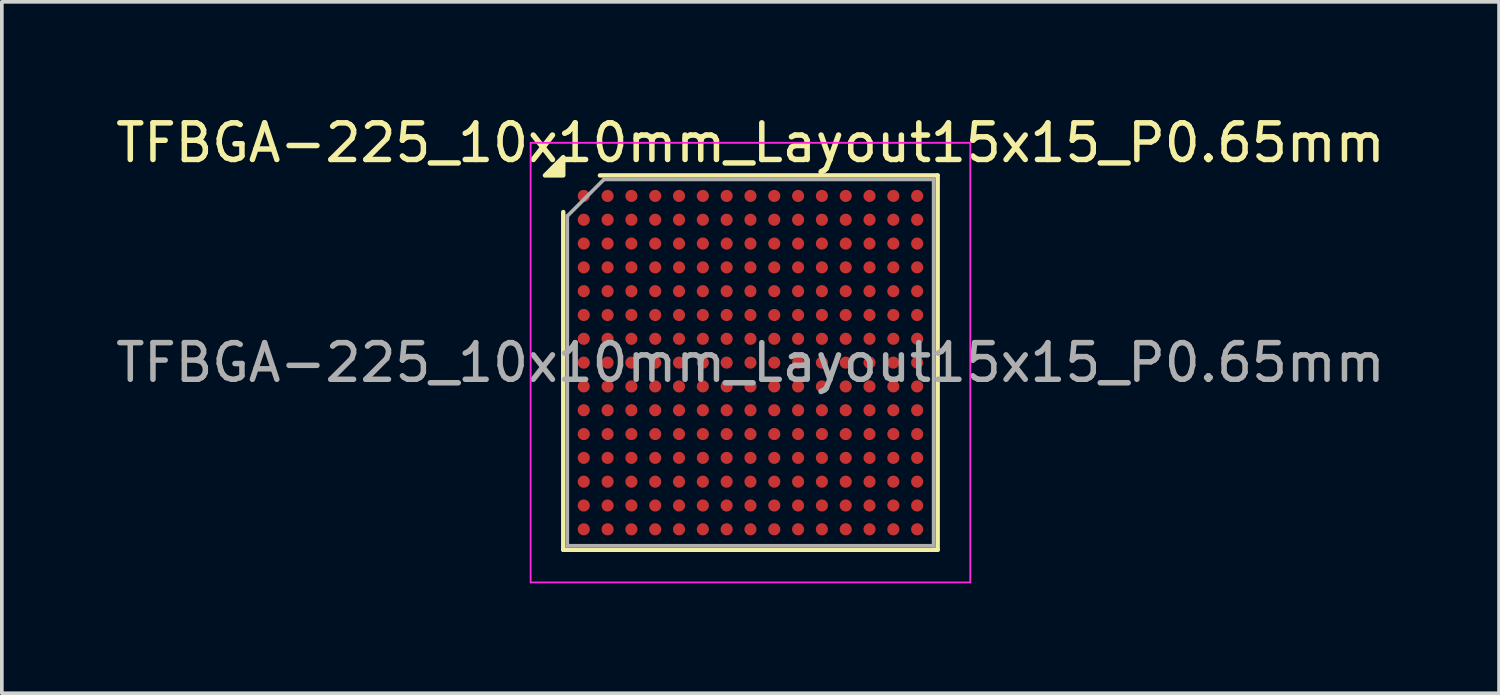
<source format=kicad_pcb>
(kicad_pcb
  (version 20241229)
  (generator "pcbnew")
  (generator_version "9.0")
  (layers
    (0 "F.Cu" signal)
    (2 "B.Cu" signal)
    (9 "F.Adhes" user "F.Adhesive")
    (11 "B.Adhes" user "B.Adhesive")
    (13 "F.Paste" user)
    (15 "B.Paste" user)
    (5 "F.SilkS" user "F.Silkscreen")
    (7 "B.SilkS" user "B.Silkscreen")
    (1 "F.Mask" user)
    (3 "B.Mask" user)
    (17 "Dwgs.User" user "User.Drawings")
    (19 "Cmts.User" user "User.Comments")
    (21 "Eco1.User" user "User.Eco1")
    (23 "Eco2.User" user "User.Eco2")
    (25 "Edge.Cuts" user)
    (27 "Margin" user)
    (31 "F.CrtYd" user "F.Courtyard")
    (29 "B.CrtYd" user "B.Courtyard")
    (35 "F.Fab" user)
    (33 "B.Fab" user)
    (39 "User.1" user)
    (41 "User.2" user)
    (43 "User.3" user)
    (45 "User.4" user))
  (footprint "TFBGA-225_10x10mm_Layout15x15_P0.65mm"
    (layer "F.Cu")
    (at 17.435 6.848)
    (property "Reference" "TFBGA-225_10x10mm_Layout15x15_P0.65mm" (at 0 -6 0) (layer "F.SilkS") (effects (font (size 1 1) (thickness 0.15))))
    (attr smd)
    (fp_line (start -5.11 5.11) (end -5.11 -4.11) (stroke (width 0.12) (type solid)) (layer "F.SilkS"))
    (fp_line (start -4.11 -5.11) (end 5.11 -5.11) (stroke (width 0.12) (type solid)) (layer "F.SilkS"))
    (fp_line (start 5.11 -5.11) (end 5.11 5.11) (stroke (width 0.12) (type solid)) (layer "F.SilkS"))
    (fp_line (start 5.11 5.11) (end -5.11 5.11) (stroke (width 0.12) (type solid)) (layer "F.SilkS"))
    (fp_poly (pts (xy -5.11 -5.11) (xy -5.61 -5.11) (xy -5.11 -5.61) (xy -5.11 -5.11)) (stroke (width 0.12) (type solid)) (fill yes) (layer "F.SilkS"))
    (fp_line (start -6 -6) (end -6 6) (stroke (width 0.05) (type solid)) (layer "F.CrtYd"))
    (fp_line (start -6 6) (end 6 6) (stroke (width 0.05) (type solid)) (layer "F.CrtYd"))
    (fp_line (start 6 -6) (end -6 -6) (stroke (width 0.05) (type solid)) (layer "F.CrtYd"))
    (fp_line (start 6 6) (end 6 -6) (stroke (width 0.05) (type solid)) (layer "F.CrtYd"))
    (fp_line (start -5 -4) (end -4 -5) (stroke (width 0.1) (type solid)) (layer "F.Fab"))
    (fp_line (start -5 5) (end -5 -4) (stroke (width 0.1) (type solid)) (layer "F.Fab"))
    (fp_line (start -4 -5) (end 5 -5) (stroke (width 0.1) (type solid)) (layer "F.Fab"))
    (fp_line (start 5 -5) (end 5 5) (stroke (width 0.1) (type solid)) (layer "F.Fab"))
    (fp_line (start 5 5) (end -5 5) (stroke (width 0.1) (type solid)) (layer "F.Fab"))
    (fp_text user "${REFERENCE}" (at 0 0 0) (layer "F.Fab") (effects (font (size 1 1) (thickness 0.15))))
    (pad "A1" smd circle (at -4.55 -4.55) (size 0.33 0.33) (property pad_prop_bga) (layers "F.Cu" "F.Mask" "F.Paste"))
    (pad "A2" smd circle (at -3.9 -4.55) (size 0.33 0.33) (property pad_prop_bga) (layers "F.Cu" "F.Mask" "F.Paste"))
    (pad "A3" smd circle (at -3.25 -4.55) (size 0.33 0.33) (property pad_prop_bga) (layers "F.Cu" "F.Mask" "F.Paste"))
    (pad "A4" smd circle (at -2.6 -4.55) (size 0.33 0.33) (property pad_prop_bga) (layers "F.Cu" "F.Mask" "F.Paste"))
    (pad "A5" smd circle (at -1.95 -4.55) (size 0.33 0.33) (property pad_prop_bga) (layers "F.Cu" "F.Mask" "F.Paste"))
    (pad "A6" smd circle (at -1.3 -4.55) (size 0.33 0.33) (property pad_prop_bga) (layers "F.Cu" "F.Mask" "F.Paste"))
    (pad "A7" smd circle (at -0.65 -4.55) (size 0.33 0.33) (property pad_prop_bga) (layers "F.Cu" "F.Mask" "F.Paste"))
    (pad "A8" smd circle (at 0 -4.55) (size 0.33 0.33) (property pad_prop_bga) (layers "F.Cu" "F.Mask" "F.Paste"))
    (pad "A9" smd circle (at 0.65 -4.55) (size 0.33 0.33) (property pad_prop_bga) (layers "F.Cu" "F.Mask" "F.Paste"))
    (pad "A10" smd circle (at 1.3 -4.55) (size 0.33 0.33) (property pad_prop_bga) (layers "F.Cu" "F.Mask" "F.Paste"))
    (pad "A11" smd circle (at 1.95 -4.55) (size 0.33 0.33) (property pad_prop_bga) (layers "F.Cu" "F.Mask" "F.Paste"))
    (pad "A12" smd circle (at 2.6 -4.55) (size 0.33 0.33) (property pad_prop_bga) (layers "F.Cu" "F.Mask" "F.Paste"))
    (pad "A13" smd circle (at 3.25 -4.55) (size 0.33 0.33) (property pad_prop_bga) (layers "F.Cu" "F.Mask" "F.Paste"))
    (pad "A14" smd circle (at 3.9 -4.55) (size 0.33 0.33) (property pad_prop_bga) (layers "F.Cu" "F.Mask" "F.Paste"))
    (pad "A15" smd circle (at 4.55 -4.55) (size 0.33 0.33) (property pad_prop_bga) (layers "F.Cu" "F.Mask" "F.Paste"))
    (pad "B1" smd circle (at -4.55 -3.9) (size 0.33 0.33) (property pad_prop_bga) (layers "F.Cu" "F.Mask" "F.Paste"))
    (pad "B2" smd circle (at -3.9 -3.9) (size 0.33 0.33) (property pad_prop_bga) (layers "F.Cu" "F.Mask" "F.Paste"))
    (pad "B3" smd circle (at -3.25 -3.9) (size 0.33 0.33) (property pad_prop_bga) (layers "F.Cu" "F.Mask" "F.Paste"))
    (pad "B4" smd circle (at -2.6 -3.9) (size 0.33 0.33) (property pad_prop_bga) (layers "F.Cu" "F.Mask" "F.Paste"))
    (pad "B5" smd circle (at -1.95 -3.9) (size 0.33 0.33) (property pad_prop_bga) (layers "F.Cu" "F.Mask" "F.Paste"))
    (pad "B6" smd circle (at -1.3 -3.9) (size 0.33 0.33) (property pad_prop_bga) (layers "F.Cu" "F.Mask" "F.Paste"))
    (pad "B7" smd circle (at -0.65 -3.9) (size 0.33 0.33) (property pad_prop_bga) (layers "F.Cu" "F.Mask" "F.Paste"))
    (pad "B8" smd circle (at 0 -3.9) (size 0.33 0.33) (property pad_prop_bga) (layers "F.Cu" "F.Mask" "F.Paste"))
    (pad "B9" smd circle (at 0.65 -3.9) (size 0.33 0.33) (property pad_prop_bga) (layers "F.Cu" "F.Mask" "F.Paste"))
    (pad "B10" smd circle (at 1.3 -3.9) (size 0.33 0.33) (property pad_prop_bga) (layers "F.Cu" "F.Mask" "F.Paste"))
    (pad "B11" smd circle (at 1.95 -3.9) (size 0.33 0.33) (property pad_prop_bga) (layers "F.Cu" "F.Mask" "F.Paste"))
    (pad "B12" smd circle (at 2.6 -3.9) (size 0.33 0.33) (property pad_prop_bga) (layers "F.Cu" "F.Mask" "F.Paste"))
    (pad "B13" smd circle (at 3.25 -3.9) (size 0.33 0.33) (property pad_prop_bga) (layers "F.Cu" "F.Mask" "F.Paste"))
    (pad "B14" smd circle (at 3.9 -3.9) (size 0.33 0.33) (property pad_prop_bga) (layers "F.Cu" "F.Mask" "F.Paste"))
    (pad "B15" smd circle (at 4.55 -3.9) (size 0.33 0.33) (property pad_prop_bga) (layers "F.Cu" "F.Mask" "F.Paste"))
    (pad "C1" smd circle (at -4.55 -3.25) (size 0.33 0.33) (property pad_prop_bga) (layers "F.Cu" "F.Mask" "F.Paste"))
    (pad "C2" smd circle (at -3.9 -3.25) (size 0.33 0.33) (property pad_prop_bga) (layers "F.Cu" "F.Mask" "F.Paste"))
    (pad "C3" smd circle (at -3.25 -3.25) (size 0.33 0.33) (property pad_prop_bga) (layers "F.Cu" "F.Mask" "F.Paste"))
    (pad "C4" smd circle (at -2.6 -3.25) (size 0.33 0.33) (property pad_prop_bga) (layers "F.Cu" "F.Mask" "F.Paste"))
    (pad "C5" smd circle (at -1.95 -3.25) (size 0.33 0.33) (property pad_prop_bga) (layers "F.Cu" "F.Mask" "F.Paste"))
    (pad "C6" smd circle (at -1.3 -3.25) (size 0.33 0.33) (property pad_prop_bga) (layers "F.Cu" "F.Mask" "F.Paste"))
    (pad "C7" smd circle (at -0.65 -3.25) (size 0.33 0.33) (property pad_prop_bga) (layers "F.Cu" "F.Mask" "F.Paste"))
    (pad "C8" smd circle (at 0 -3.25) (size 0.33 0.33) (property pad_prop_bga) (layers "F.Cu" "F.Mask" "F.Paste"))
    (pad "C9" smd circle (at 0.65 -3.25) (size 0.33 0.33) (property pad_prop_bga) (layers "F.Cu" "F.Mask" "F.Paste"))
    (pad "C10" smd circle (at 1.3 -3.25) (size 0.33 0.33) (property pad_prop_bga) (layers "F.Cu" "F.Mask" "F.Paste"))
    (pad "C11" smd circle (at 1.95 -3.25) (size 0.33 0.33) (property pad_prop_bga) (layers "F.Cu" "F.Mask" "F.Paste"))
    (pad "C12" smd circle (at 2.6 -3.25) (size 0.33 0.33) (property pad_prop_bga) (layers "F.Cu" "F.Mask" "F.Paste"))
    (pad "C13" smd circle (at 3.25 -3.25) (size 0.33 0.33) (property pad_prop_bga) (layers "F.Cu" "F.Mask" "F.Paste"))
    (pad "C14" smd circle (at 3.9 -3.25) (size 0.33 0.33) (property pad_prop_bga) (layers "F.Cu" "F.Mask" "F.Paste"))
    (pad "C15" smd circle (at 4.55 -3.25) (size 0.33 0.33) (property pad_prop_bga) (layers "F.Cu" "F.Mask" "F.Paste"))
    (pad "D1" smd circle (at -4.55 -2.6) (size 0.33 0.33) (property pad_prop_bga) (layers "F.Cu" "F.Mask" "F.Paste"))
    (pad "D2" smd circle (at -3.9 -2.6) (size 0.33 0.33) (property pad_prop_bga) (layers "F.Cu" "F.Mask" "F.Paste"))
    (pad "D3" smd circle (at -3.25 -2.6) (size 0.33 0.33) (property pad_prop_bga) (layers "F.Cu" "F.Mask" "F.Paste"))
    (pad "D4" smd circle (at -2.6 -2.6) (size 0.33 0.33) (property pad_prop_bga) (layers "F.Cu" "F.Mask" "F.Paste"))
    (pad "D5" smd circle (at -1.95 -2.6) (size 0.33 0.33) (property pad_prop_bga) (layers "F.Cu" "F.Mask" "F.Paste"))
    (pad "D6" smd circle (at -1.3 -2.6) (size 0.33 0.33) (property pad_prop_bga) (layers "F.Cu" "F.Mask" "F.Paste"))
    (pad "D7" smd circle (at -0.65 -2.6) (size 0.33 0.33) (property pad_prop_bga) (layers "F.Cu" "F.Mask" "F.Paste"))
    (pad "D8" smd circle (at 0 -2.6) (size 0.33 0.33) (property pad_prop_bga) (layers "F.Cu" "F.Mask" "F.Paste"))
    (pad "D9" smd circle (at 0.65 -2.6) (size 0.33 0.33) (property pad_prop_bga) (layers "F.Cu" "F.Mask" "F.Paste"))
    (pad "D10" smd circle (at 1.3 -2.6) (size 0.33 0.33) (property pad_prop_bga) (layers "F.Cu" "F.Mask" "F.Paste"))
    (pad "D11" smd circle (at 1.95 -2.6) (size 0.33 0.33) (property pad_prop_bga) (layers "F.Cu" "F.Mask" "F.Paste"))
    (pad "D12" smd circle (at 2.6 -2.6) (size 0.33 0.33) (property pad_prop_bga) (layers "F.Cu" "F.Mask" "F.Paste"))
    (pad "D13" smd circle (at 3.25 -2.6) (size 0.33 0.33) (property pad_prop_bga) (layers "F.Cu" "F.Mask" "F.Paste"))
    (pad "D14" smd circle (at 3.9 -2.6) (size 0.33 0.33) (property pad_prop_bga) (layers "F.Cu" "F.Mask" "F.Paste"))
    (pad "D15" smd circle (at 4.55 -2.6) (size 0.33 0.33) (property pad_prop_bga) (layers "F.Cu" "F.Mask" "F.Paste"))
    (pad "E1" smd circle (at -4.55 -1.95) (size 0.33 0.33) (property pad_prop_bga) (layers "F.Cu" "F.Mask" "F.Paste"))
    (pad "E2" smd circle (at -3.9 -1.95) (size 0.33 0.33) (property pad_prop_bga) (layers "F.Cu" "F.Mask" "F.Paste"))
    (pad "E3" smd circle (at -3.25 -1.95) (size 0.33 0.33) (property pad_prop_bga) (layers "F.Cu" "F.Mask" "F.Paste"))
    (pad "E4" smd circle (at -2.6 -1.95) (size 0.33 0.33) (property pad_prop_bga) (layers "F.Cu" "F.Mask" "F.Paste"))
    (pad "E5" smd circle (at -1.95 -1.95) (size 0.33 0.33) (property pad_prop_bga) (layers "F.Cu" "F.Mask" "F.Paste"))
    (pad "E6" smd circle (at -1.3 -1.95) (size 0.33 0.33) (property pad_prop_bga) (layers "F.Cu" "F.Mask" "F.Paste"))
    (pad "E7" smd circle (at -0.65 -1.95) (size 0.33 0.33) (property pad_prop_bga) (layers "F.Cu" "F.Mask" "F.Paste"))
    (pad "E8" smd circle (at 0 -1.95) (size 0.33 0.33) (property pad_prop_bga) (layers "F.Cu" "F.Mask" "F.Paste"))
    (pad "E9" smd circle (at 0.65 -1.95) (size 0.33 0.33) (property pad_prop_bga) (layers "F.Cu" "F.Mask" "F.Paste"))
    (pad "E10" smd circle (at 1.3 -1.95) (size 0.33 0.33) (property pad_prop_bga) (layers "F.Cu" "F.Mask" "F.Paste"))
    (pad "E11" smd circle (at 1.95 -1.95) (size 0.33 0.33) (property pad_prop_bga) (layers "F.Cu" "F.Mask" "F.Paste"))
    (pad "E12" smd circle (at 2.6 -1.95) (size 0.33 0.33) (property pad_prop_bga) (layers "F.Cu" "F.Mask" "F.Paste"))
    (pad "E13" smd circle (at 3.25 -1.95) (size 0.33 0.33) (property pad_prop_bga) (layers "F.Cu" "F.Mask" "F.Paste"))
    (pad "E14" smd circle (at 3.9 -1.95) (size 0.33 0.33) (property pad_prop_bga) (layers "F.Cu" "F.Mask" "F.Paste"))
    (pad "E15" smd circle (at 4.55 -1.95) (size 0.33 0.33) (property pad_prop_bga) (layers "F.Cu" "F.Mask" "F.Paste"))
    (pad "F1" smd circle (at -4.55 -1.3) (size 0.33 0.33) (property pad_prop_bga) (layers "F.Cu" "F.Mask" "F.Paste"))
    (pad "F2" smd circle (at -3.9 -1.3) (size 0.33 0.33) (property pad_prop_bga) (layers "F.Cu" "F.Mask" "F.Paste"))
    (pad "F3" smd circle (at -3.25 -1.3) (size 0.33 0.33) (property pad_prop_bga) (layers "F.Cu" "F.Mask" "F.Paste"))
    (pad "F4" smd circle (at -2.6 -1.3) (size 0.33 0.33) (property pad_prop_bga) (layers "F.Cu" "F.Mask" "F.Paste"))
    (pad "F5" smd circle (at -1.95 -1.3) (size 0.33 0.33) (property pad_prop_bga) (layers "F.Cu" "F.Mask" "F.Paste"))
    (pad "F6" smd circle (at -1.3 -1.3) (size 0.33 0.33) (property pad_prop_bga) (layers "F.Cu" "F.Mask" "F.Paste"))
    (pad "F7" smd circle (at -0.65 -1.3) (size 0.33 0.33) (property pad_prop_bga) (layers "F.Cu" "F.Mask" "F.Paste"))
    (pad "F8" smd circle (at 0 -1.3) (size 0.33 0.33) (property pad_prop_bga) (layers "F.Cu" "F.Mask" "F.Paste"))
    (pad "F9" smd circle (at 0.65 -1.3) (size 0.33 0.33) (property pad_prop_bga) (layers "F.Cu" "F.Mask" "F.Paste"))
    (pad "F10" smd circle (at 1.3 -1.3) (size 0.33 0.33) (property pad_prop_bga) (layers "F.Cu" "F.Mask" "F.Paste"))
    (pad "F11" smd circle (at 1.95 -1.3) (size 0.33 0.33) (property pad_prop_bga) (layers "F.Cu" "F.Mask" "F.Paste"))
    (pad "F12" smd circle (at 2.6 -1.3) (size 0.33 0.33) (property pad_prop_bga) (layers "F.Cu" "F.Mask" "F.Paste"))
    (pad "F13" smd circle (at 3.25 -1.3) (size 0.33 0.33) (property pad_prop_bga) (layers "F.Cu" "F.Mask" "F.Paste"))
    (pad "F14" smd circle (at 3.9 -1.3) (size 0.33 0.33) (property pad_prop_bga) (layers "F.Cu" "F.Mask" "F.Paste"))
    (pad "F15" smd circle (at 4.55 -1.3) (size 0.33 0.33) (property pad_prop_bga) (layers "F.Cu" "F.Mask" "F.Paste"))
    (pad "G1" smd circle (at -4.55 -0.65) (size 0.33 0.33) (property pad_prop_bga) (layers "F.Cu" "F.Mask" "F.Paste"))
    (pad "G2" smd circle (at -3.9 -0.65) (size 0.33 0.33) (property pad_prop_bga) (layers "F.Cu" "F.Mask" "F.Paste"))
    (pad "G3" smd circle (at -3.25 -0.65) (size 0.33 0.33) (property pad_prop_bga) (layers "F.Cu" "F.Mask" "F.Paste"))
    (pad "G4" smd circle (at -2.6 -0.65) (size 0.33 0.33) (property pad_prop_bga) (layers "F.Cu" "F.Mask" "F.Paste"))
    (pad "G5" smd circle (at -1.95 -0.65) (size 0.33 0.33) (property pad_prop_bga) (layers "F.Cu" "F.Mask" "F.Paste"))
    (pad "G6" smd circle (at -1.3 -0.65) (size 0.33 0.33) (property pad_prop_bga) (layers "F.Cu" "F.Mask" "F.Paste"))
    (pad "G7" smd circle (at -0.65 -0.65) (size 0.33 0.33) (property pad_prop_bga) (layers "F.Cu" "F.Mask" "F.Paste"))
    (pad "G8" smd circle (at 0 -0.65) (size 0.33 0.33) (property pad_prop_bga) (layers "F.Cu" "F.Mask" "F.Paste"))
    (pad "G9" smd circle (at 0.65 -0.65) (size 0.33 0.33) (property pad_prop_bga) (layers "F.Cu" "F.Mask" "F.Paste"))
    (pad "G10" smd circle (at 1.3 -0.65) (size 0.33 0.33) (property pad_prop_bga) (layers "F.Cu" "F.Mask" "F.Paste"))
    (pad "G11" smd circle (at 1.95 -0.65) (size 0.33 0.33) (property pad_prop_bga) (layers "F.Cu" "F.Mask" "F.Paste"))
    (pad "G12" smd circle (at 2.6 -0.65) (size 0.33 0.33) (property pad_prop_bga) (layers "F.Cu" "F.Mask" "F.Paste"))
    (pad "G13" smd circle (at 3.25 -0.65) (size 0.33 0.33) (property pad_prop_bga) (layers "F.Cu" "F.Mask" "F.Paste"))
    (pad "G14" smd circle (at 3.9 -0.65) (size 0.33 0.33) (property pad_prop_bga) (layers "F.Cu" "F.Mask" "F.Paste"))
    (pad "G15" smd circle (at 4.55 -0.65) (size 0.33 0.33) (property pad_prop_bga) (layers "F.Cu" "F.Mask" "F.Paste"))
    (pad "H1" smd circle (at -4.55 0) (size 0.33 0.33) (property pad_prop_bga) (layers "F.Cu" "F.Mask" "F.Paste"))
    (pad "H2" smd circle (at -3.9 0) (size 0.33 0.33) (property pad_prop_bga) (layers "F.Cu" "F.Mask" "F.Paste"))
    (pad "H3" smd circle (at -3.25 0) (size 0.33 0.33) (property pad_prop_bga) (layers "F.Cu" "F.Mask" "F.Paste"))
    (pad "H4" smd circle (at -2.6 0) (size 0.33 0.33) (property pad_prop_bga) (layers "F.Cu" "F.Mask" "F.Paste"))
    (pad "H5" smd circle (at -1.95 0) (size 0.33 0.33) (property pad_prop_bga) (layers "F.Cu" "F.Mask" "F.Paste"))
    (pad "H6" smd circle (at -1.3 0) (size 0.33 0.33) (property pad_prop_bga) (layers "F.Cu" "F.Mask" "F.Paste"))
    (pad "H7" smd circle (at -0.65 0) (size 0.33 0.33) (property pad_prop_bga) (layers "F.Cu" "F.Mask" "F.Paste"))
    (pad "H8" smd circle (at 0 0) (size 0.33 0.33) (property pad_prop_bga) (layers "F.Cu" "F.Mask" "F.Paste"))
    (pad "H9" smd circle (at 0.65 0) (size 0.33 0.33) (property pad_prop_bga) (layers "F.Cu" "F.Mask" "F.Paste"))
    (pad "H10" smd circle (at 1.3 0) (size 0.33 0.33) (property pad_prop_bga) (layers "F.Cu" "F.Mask" "F.Paste"))
    (pad "H11" smd circle (at 1.95 0) (size 0.33 0.33) (property pad_prop_bga) (layers "F.Cu" "F.Mask" "F.Paste"))
    (pad "H12" smd circle (at 2.6 0) (size 0.33 0.33) (property pad_prop_bga) (layers "F.Cu" "F.Mask" "F.Paste"))
    (pad "H13" smd circle (at 3.25 0) (size 0.33 0.33) (property pad_prop_bga) (layers "F.Cu" "F.Mask" "F.Paste"))
    (pad "H14" smd circle (at 3.9 0) (size 0.33 0.33) (property pad_prop_bga) (layers "F.Cu" "F.Mask" "F.Paste"))
    (pad "H15" smd circle (at 4.55 0) (size 0.33 0.33) (property pad_prop_bga) (layers "F.Cu" "F.Mask" "F.Paste"))
    (pad "J1" smd circle (at -4.55 0.65) (size 0.33 0.33) (property pad_prop_bga) (layers "F.Cu" "F.Mask" "F.Paste"))
    (pad "J2" smd circle (at -3.9 0.65) (size 0.33 0.33) (property pad_prop_bga) (layers "F.Cu" "F.Mask" "F.Paste"))
    (pad "J3" smd circle (at -3.25 0.65) (size 0.33 0.33) (property pad_prop_bga) (layers "F.Cu" "F.Mask" "F.Paste"))
    (pad "J4" smd circle (at -2.6 0.65) (size 0.33 0.33) (property pad_prop_bga) (layers "F.Cu" "F.Mask" "F.Paste"))
    (pad "J5" smd circle (at -1.95 0.65) (size 0.33 0.33) (property pad_prop_bga) (layers "F.Cu" "F.Mask" "F.Paste"))
    (pad "J6" smd circle (at -1.3 0.65) (size 0.33 0.33) (property pad_prop_bga) (layers "F.Cu" "F.Mask" "F.Paste"))
    (pad "J7" smd circle (at -0.65 0.65) (size 0.33 0.33) (property pad_prop_bga) (layers "F.Cu" "F.Mask" "F.Paste"))
    (pad "J8" smd circle (at 0 0.65) (size 0.33 0.33) (property pad_prop_bga) (layers "F.Cu" "F.Mask" "F.Paste"))
    (pad "J9" smd circle (at 0.65 0.65) (size 0.33 0.33) (property pad_prop_bga) (layers "F.Cu" "F.Mask" "F.Paste"))
    (pad "J10" smd circle (at 1.3 0.65) (size 0.33 0.33) (property pad_prop_bga) (layers "F.Cu" "F.Mask" "F.Paste"))
    (pad "J11" smd circle (at 1.95 0.65) (size 0.33 0.33) (property pad_prop_bga) (layers "F.Cu" "F.Mask" "F.Paste"))
    (pad "J12" smd circle (at 2.6 0.65) (size 0.33 0.33) (property pad_prop_bga) (layers "F.Cu" "F.Mask" "F.Paste"))
    (pad "J13" smd circle (at 3.25 0.65) (size 0.33 0.33) (property pad_prop_bga) (layers "F.Cu" "F.Mask" "F.Paste"))
    (pad "J14" smd circle (at 3.9 0.65) (size 0.33 0.33) (property pad_prop_bga) (layers "F.Cu" "F.Mask" "F.Paste"))
    (pad "J15" smd circle (at 4.55 0.65) (size 0.33 0.33) (property pad_prop_bga) (layers "F.Cu" "F.Mask" "F.Paste"))
    (pad "K1" smd circle (at -4.55 1.3) (size 0.33 0.33) (property pad_prop_bga) (layers "F.Cu" "F.Mask" "F.Paste"))
    (pad "K2" smd circle (at -3.9 1.3) (size 0.33 0.33) (property pad_prop_bga) (layers "F.Cu" "F.Mask" "F.Paste"))
    (pad "K3" smd circle (at -3.25 1.3) (size 0.33 0.33) (property pad_prop_bga) (layers "F.Cu" "F.Mask" "F.Paste"))
    (pad "K4" smd circle (at -2.6 1.3) (size 0.33 0.33) (property pad_prop_bga) (layers "F.Cu" "F.Mask" "F.Paste"))
    (pad "K5" smd circle (at -1.95 1.3) (size 0.33 0.33) (property pad_prop_bga) (layers "F.Cu" "F.Mask" "F.Paste"))
    (pad "K6" smd circle (at -1.3 1.3) (size 0.33 0.33) (property pad_prop_bga) (layers "F.Cu" "F.Mask" "F.Paste"))
    (pad "K7" smd circle (at -0.65 1.3) (size 0.33 0.33) (property pad_prop_bga) (layers "F.Cu" "F.Mask" "F.Paste"))
    (pad "K8" smd circle (at 0 1.3) (size 0.33 0.33) (property pad_prop_bga) (layers "F.Cu" "F.Mask" "F.Paste"))
    (pad "K9" smd circle (at 0.65 1.3) (size 0.33 0.33) (property pad_prop_bga) (layers "F.Cu" "F.Mask" "F.Paste"))
    (pad "K10" smd circle (at 1.3 1.3) (size 0.33 0.33) (property pad_prop_bga) (layers "F.Cu" "F.Mask" "F.Paste"))
    (pad "K11" smd circle (at 1.95 1.3) (size 0.33 0.33) (property pad_prop_bga) (layers "F.Cu" "F.Mask" "F.Paste"))
    (pad "K12" smd circle (at 2.6 1.3) (size 0.33 0.33) (property pad_prop_bga) (layers "F.Cu" "F.Mask" "F.Paste"))
    (pad "K13" smd circle (at 3.25 1.3) (size 0.33 0.33) (property pad_prop_bga) (layers "F.Cu" "F.Mask" "F.Paste"))
    (pad "K14" smd circle (at 3.9 1.3) (size 0.33 0.33) (property pad_prop_bga) (layers "F.Cu" "F.Mask" "F.Paste"))
    (pad "K15" smd circle (at 4.55 1.3) (size 0.33 0.33) (property pad_prop_bga) (layers "F.Cu" "F.Mask" "F.Paste"))
    (pad "L1" smd circle (at -4.55 1.95) (size 0.33 0.33) (property pad_prop_bga) (layers "F.Cu" "F.Mask" "F.Paste"))
    (pad "L2" smd circle (at -3.9 1.95) (size 0.33 0.33) (property pad_prop_bga) (layers "F.Cu" "F.Mask" "F.Paste"))
    (pad "L3" smd circle (at -3.25 1.95) (size 0.33 0.33) (property pad_prop_bga) (layers "F.Cu" "F.Mask" "F.Paste"))
    (pad "L4" smd circle (at -2.6 1.95) (size 0.33 0.33) (property pad_prop_bga) (layers "F.Cu" "F.Mask" "F.Paste"))
    (pad "L5" smd circle (at -1.95 1.95) (size 0.33 0.33) (property pad_prop_bga) (layers "F.Cu" "F.Mask" "F.Paste"))
    (pad "L6" smd circle (at -1.3 1.95) (size 0.33 0.33) (property pad_prop_bga) (layers "F.Cu" "F.Mask" "F.Paste"))
    (pad "L7" smd circle (at -0.65 1.95) (size 0.33 0.33) (property pad_prop_bga) (layers "F.Cu" "F.Mask" "F.Paste"))
    (pad "L8" smd circle (at 0 1.95) (size 0.33 0.33) (property pad_prop_bga) (layers "F.Cu" "F.Mask" "F.Paste"))
    (pad "L9" smd circle (at 0.65 1.95) (size 0.33 0.33) (property pad_prop_bga) (layers "F.Cu" "F.Mask" "F.Paste"))
    (pad "L10" smd circle (at 1.3 1.95) (size 0.33 0.33) (property pad_prop_bga) (layers "F.Cu" "F.Mask" "F.Paste"))
    (pad "L11" smd circle (at 1.95 1.95) (size 0.33 0.33) (property pad_prop_bga) (layers "F.Cu" "F.Mask" "F.Paste"))
    (pad "L12" smd circle (at 2.6 1.95) (size 0.33 0.33) (property pad_prop_bga) (layers "F.Cu" "F.Mask" "F.Paste"))
    (pad "L13" smd circle (at 3.25 1.95) (size 0.33 0.33) (property pad_prop_bga) (layers "F.Cu" "F.Mask" "F.Paste"))
    (pad "L14" smd circle (at 3.9 1.95) (size 0.33 0.33) (property pad_prop_bga) (layers "F.Cu" "F.Mask" "F.Paste"))
    (pad "L15" smd circle (at 4.55 1.95) (size 0.33 0.33) (property pad_prop_bga) (layers "F.Cu" "F.Mask" "F.Paste"))
    (pad "M1" smd circle (at -4.55 2.6) (size 0.33 0.33) (property pad_prop_bga) (layers "F.Cu" "F.Mask" "F.Paste"))
    (pad "M2" smd circle (at -3.9 2.6) (size 0.33 0.33) (property pad_prop_bga) (layers "F.Cu" "F.Mask" "F.Paste"))
    (pad "M3" smd circle (at -3.25 2.6) (size 0.33 0.33) (property pad_prop_bga) (layers "F.Cu" "F.Mask" "F.Paste"))
    (pad "M4" smd circle (at -2.6 2.6) (size 0.33 0.33) (property pad_prop_bga) (layers "F.Cu" "F.Mask" "F.Paste"))
    (pad "M5" smd circle (at -1.95 2.6) (size 0.33 0.33) (property pad_prop_bga) (layers "F.Cu" "F.Mask" "F.Paste"))
    (pad "M6" smd circle (at -1.3 2.6) (size 0.33 0.33) (property pad_prop_bga) (layers "F.Cu" "F.Mask" "F.Paste"))
    (pad "M7" smd circle (at -0.65 2.6) (size 0.33 0.33) (property pad_prop_bga) (layers "F.Cu" "F.Mask" "F.Paste"))
    (pad "M8" smd circle (at 0 2.6) (size 0.33 0.33) (property pad_prop_bga) (layers "F.Cu" "F.Mask" "F.Paste"))
    (pad "M9" smd circle (at 0.65 2.6) (size 0.33 0.33) (property pad_prop_bga) (layers "F.Cu" "F.Mask" "F.Paste"))
    (pad "M10" smd circle (at 1.3 2.6) (size 0.33 0.33) (property pad_prop_bga) (layers "F.Cu" "F.Mask" "F.Paste"))
    (pad "M11" smd circle (at 1.95 2.6) (size 0.33 0.33) (property pad_prop_bga) (layers "F.Cu" "F.Mask" "F.Paste"))
    (pad "M12" smd circle (at 2.6 2.6) (size 0.33 0.33) (property pad_prop_bga) (layers "F.Cu" "F.Mask" "F.Paste"))
    (pad "M13" smd circle (at 3.25 2.6) (size 0.33 0.33) (property pad_prop_bga) (layers "F.Cu" "F.Mask" "F.Paste"))
    (pad "M14" smd circle (at 3.9 2.6) (size 0.33 0.33) (property pad_prop_bga) (layers "F.Cu" "F.Mask" "F.Paste"))
    (pad "M15" smd circle (at 4.55 2.6) (size 0.33 0.33) (property pad_prop_bga) (layers "F.Cu" "F.Mask" "F.Paste"))
    (pad "N1" smd circle (at -4.55 3.25) (size 0.33 0.33) (property pad_prop_bga) (layers "F.Cu" "F.Mask" "F.Paste"))
    (pad "N2" smd circle (at -3.9 3.25) (size 0.33 0.33) (property pad_prop_bga) (layers "F.Cu" "F.Mask" "F.Paste"))
    (pad "N3" smd circle (at -3.25 3.25) (size 0.33 0.33) (property pad_prop_bga) (layers "F.Cu" "F.Mask" "F.Paste"))
    (pad "N4" smd circle (at -2.6 3.25) (size 0.33 0.33) (property pad_prop_bga) (layers "F.Cu" "F.Mask" "F.Paste"))
    (pad "N5" smd circle (at -1.95 3.25) (size 0.33 0.33) (property pad_prop_bga) (layers "F.Cu" "F.Mask" "F.Paste"))
    (pad "N6" smd circle (at -1.3 3.25) (size 0.33 0.33) (property pad_prop_bga) (layers "F.Cu" "F.Mask" "F.Paste"))
    (pad "N7" smd circle (at -0.65 3.25) (size 0.33 0.33) (property pad_prop_bga) (layers "F.Cu" "F.Mask" "F.Paste"))
    (pad "N8" smd circle (at 0 3.25) (size 0.33 0.33) (property pad_prop_bga) (layers "F.Cu" "F.Mask" "F.Paste"))
    (pad "N9" smd circle (at 0.65 3.25) (size 0.33 0.33) (property pad_prop_bga) (layers "F.Cu" "F.Mask" "F.Paste"))
    (pad "N10" smd circle (at 1.3 3.25) (size 0.33 0.33) (property pad_prop_bga) (layers "F.Cu" "F.Mask" "F.Paste"))
    (pad "N11" smd circle (at 1.95 3.25) (size 0.33 0.33) (property pad_prop_bga) (layers "F.Cu" "F.Mask" "F.Paste"))
    (pad "N12" smd circle (at 2.6 3.25) (size 0.33 0.33) (property pad_prop_bga) (layers "F.Cu" "F.Mask" "F.Paste"))
    (pad "N13" smd circle (at 3.25 3.25) (size 0.33 0.33) (property pad_prop_bga) (layers "F.Cu" "F.Mask" "F.Paste"))
    (pad "N14" smd circle (at 3.9 3.25) (size 0.33 0.33) (property pad_prop_bga) (layers "F.Cu" "F.Mask" "F.Paste"))
    (pad "N15" smd circle (at 4.55 3.25) (size 0.33 0.33) (property pad_prop_bga) (layers "F.Cu" "F.Mask" "F.Paste"))
    (pad "P1" smd circle (at -4.55 3.9) (size 0.33 0.33) (property pad_prop_bga) (layers "F.Cu" "F.Mask" "F.Paste"))
    (pad "P2" smd circle (at -3.9 3.9) (size 0.33 0.33) (property pad_prop_bga) (layers "F.Cu" "F.Mask" "F.Paste"))
    (pad "P3" smd circle (at -3.25 3.9) (size 0.33 0.33) (property pad_prop_bga) (layers "F.Cu" "F.Mask" "F.Paste"))
    (pad "P4" smd circle (at -2.6 3.9) (size 0.33 0.33) (property pad_prop_bga) (layers "F.Cu" "F.Mask" "F.Paste"))
    (pad "P5" smd circle (at -1.95 3.9) (size 0.33 0.33) (property pad_prop_bga) (layers "F.Cu" "F.Mask" "F.Paste"))
    (pad "P6" smd circle (at -1.3 3.9) (size 0.33 0.33) (property pad_prop_bga) (layers "F.Cu" "F.Mask" "F.Paste"))
    (pad "P7" smd circle (at -0.65 3.9) (size 0.33 0.33) (property pad_prop_bga) (layers "F.Cu" "F.Mask" "F.Paste"))
    (pad "P8" smd circle (at 0 3.9) (size 0.33 0.33) (property pad_prop_bga) (layers "F.Cu" "F.Mask" "F.Paste"))
    (pad "P9" smd circle (at 0.65 3.9) (size 0.33 0.33) (property pad_prop_bga) (layers "F.Cu" "F.Mask" "F.Paste"))
    (pad "P10" smd circle (at 1.3 3.9) (size 0.33 0.33) (property pad_prop_bga) (layers "F.Cu" "F.Mask" "F.Paste"))
    (pad "P11" smd circle (at 1.95 3.9) (size 0.33 0.33) (property pad_prop_bga) (layers "F.Cu" "F.Mask" "F.Paste"))
    (pad "P12" smd circle (at 2.6 3.9) (size 0.33 0.33) (property pad_prop_bga) (layers "F.Cu" "F.Mask" "F.Paste"))
    (pad "P13" smd circle (at 3.25 3.9) (size 0.33 0.33) (property pad_prop_bga) (layers "F.Cu" "F.Mask" "F.Paste"))
    (pad "P14" smd circle (at 3.9 3.9) (size 0.33 0.33) (property pad_prop_bga) (layers "F.Cu" "F.Mask" "F.Paste"))
    (pad "P15" smd circle (at 4.55 3.9) (size 0.33 0.33) (property pad_prop_bga) (layers "F.Cu" "F.Mask" "F.Paste"))
    (pad "R1" smd circle (at -4.55 4.55) (size 0.33 0.33) (property pad_prop_bga) (layers "F.Cu" "F.Mask" "F.Paste"))
    (pad "R2" smd circle (at -3.9 4.55) (size 0.33 0.33) (property pad_prop_bga) (layers "F.Cu" "F.Mask" "F.Paste"))
    (pad "R3" smd circle (at -3.25 4.55) (size 0.33 0.33) (property pad_prop_bga) (layers "F.Cu" "F.Mask" "F.Paste"))
    (pad "R4" smd circle (at -2.6 4.55) (size 0.33 0.33) (property pad_prop_bga) (layers "F.Cu" "F.Mask" "F.Paste"))
    (pad "R5" smd circle (at -1.95 4.55) (size 0.33 0.33) (property pad_prop_bga) (layers "F.Cu" "F.Mask" "F.Paste"))
    (pad "R6" smd circle (at -1.3 4.55) (size 0.33 0.33) (property pad_prop_bga) (layers "F.Cu" "F.Mask" "F.Paste"))
    (pad "R7" smd circle (at -0.65 4.55) (size 0.33 0.33) (property pad_prop_bga) (layers "F.Cu" "F.Mask" "F.Paste"))
    (pad "R8" smd circle (at 0 4.55) (size 0.33 0.33) (property pad_prop_bga) (layers "F.Cu" "F.Mask" "F.Paste"))
    (pad "R9" smd circle (at 0.65 4.55) (size 0.33 0.33) (property pad_prop_bga) (layers "F.Cu" "F.Mask" "F.Paste"))
    (pad "R10" smd circle (at 1.3 4.55) (size 0.33 0.33) (property pad_prop_bga) (layers "F.Cu" "F.Mask" "F.Paste"))
    (pad "R11" smd circle (at 1.95 4.55) (size 0.33 0.33) (property pad_prop_bga) (layers "F.Cu" "F.Mask" "F.Paste"))
    (pad "R12" smd circle (at 2.6 4.55) (size 0.33 0.33) (property pad_prop_bga) (layers "F.Cu" "F.Mask" "F.Paste"))
    (pad "R13" smd circle (at 3.25 4.55) (size 0.33 0.33) (property pad_prop_bga) (layers "F.Cu" "F.Mask" "F.Paste"))
    (pad "R14" smd circle (at 3.9 4.55) (size 0.33 0.33) (property pad_prop_bga) (layers "F.Cu" "F.Mask" "F.Paste"))
    (pad "R15" smd circle (at 4.55 4.55) (size 0.33 0.33) (property pad_prop_bga) (layers "F.Cu" "F.Mask" "F.Paste")))
  (gr_rect
    (start -3 -3)
    (end 37.869 15.873)
    (stroke (width 0.1) (type default))
    (fill no)
    (layer "Edge.Cuts")))
</source>
